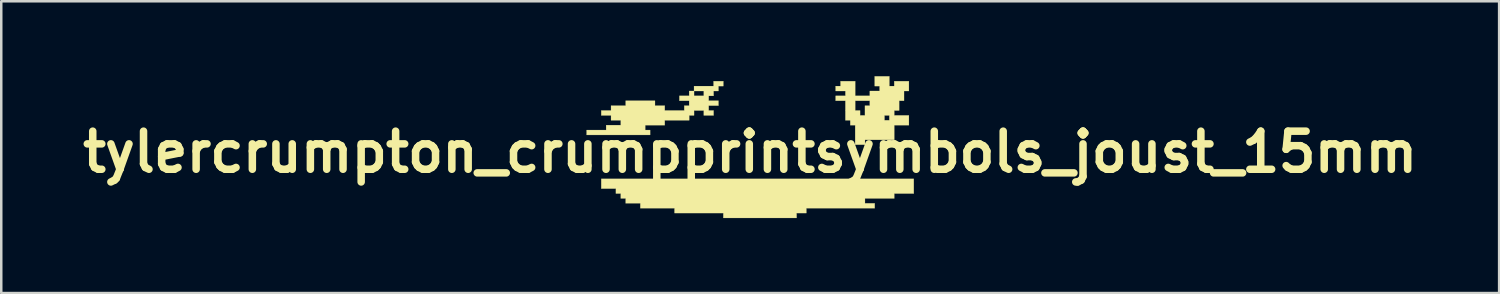
<source format=kicad_pcb>
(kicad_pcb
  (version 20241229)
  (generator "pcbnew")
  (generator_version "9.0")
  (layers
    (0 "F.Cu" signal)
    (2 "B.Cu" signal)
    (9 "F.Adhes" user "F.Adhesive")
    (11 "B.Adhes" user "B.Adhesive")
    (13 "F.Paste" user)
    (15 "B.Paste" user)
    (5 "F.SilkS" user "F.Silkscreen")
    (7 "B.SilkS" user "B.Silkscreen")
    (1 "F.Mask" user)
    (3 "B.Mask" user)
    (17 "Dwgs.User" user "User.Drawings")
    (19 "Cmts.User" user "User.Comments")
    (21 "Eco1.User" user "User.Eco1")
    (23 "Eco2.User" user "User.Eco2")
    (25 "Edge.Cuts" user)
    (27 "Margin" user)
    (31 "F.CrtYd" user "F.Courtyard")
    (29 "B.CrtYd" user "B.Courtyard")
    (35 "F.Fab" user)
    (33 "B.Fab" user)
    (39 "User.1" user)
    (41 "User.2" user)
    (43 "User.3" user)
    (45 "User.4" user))
  (footprint "tylercrumpton_crumpprintsymbols_joust_15mm"
    (layer "F.Cu")
    (at 26.968 3.033)
    (property "Reference" "tylercrumpton_crumpprintsymbols_joust_15mm" (at 0 0 0) (layer "F.SilkS") (effects (font (size 1.524 1.524) (thickness 0.3))))
    (attr through_hole)
    (fp_poly (pts (xy 6.545 1.661) (xy 5.764 1.661) (xy 5.764 1.856) (xy 4.592 1.856) (xy 4.592 2.052) (xy 4.982 2.052) (xy 4.982 2.247) (xy 2.247 2.247) (xy 2.247 2.442) (xy 1.856 2.442) (xy 1.856 2.638) (xy -1.075 2.638) (xy -1.075 2.442) (xy -3.028 2.442) (xy -3.028 2.247) (xy -4.396 2.247) (xy -4.396 2.052) (xy -4.982 2.052) (xy -4.982 1.856) (xy -5.178 1.856) (xy -5.178 1.661) (xy -5.373 1.661) (xy -5.373 1.465) (xy -5.959 1.465) (xy -5.959 1.075) (xy 6.545 1.075) (xy 6.545 1.661)) (stroke (width 0.01) (type solid)) (fill yes) (layer "F.SilkS"))
    (fp_poly (pts (xy 5.568 -2.638) (xy 5.764 -2.638) (xy 5.764 -2.833) (xy 6.35 -2.833) (xy 6.35 -2.442) (xy 6.155 -2.442) (xy 6.155 -2.052) (xy 5.959 -2.052) (xy 5.959 -1.661) (xy 5.764 -1.661) (xy 5.764 -1.465) (xy 6.35 -1.465) (xy 6.35 -1.075) (xy 5.764 -1.075) (xy 5.764 -0.488) (xy 4.592 -0.488) (xy 4.592 -0.293) (xy 4.201 -0.293) (xy 4.201 -1.075) (xy 4.005 -1.075) (xy 4.005 -1.27) (xy 3.81 -1.27) (xy 3.81 -2.052) (xy 4.201 -2.052) (xy 4.201 -1.661) (xy 4.396 -1.661) (xy 4.396 -1.465) (xy 4.592 -1.465) (xy 5.373 -1.465) (xy 5.373 -1.27) (xy 5.568 -1.27) (xy 5.568 -1.465) (xy 5.373 -1.465) (xy 4.592 -1.465) (xy 4.592 -1.856) (xy 4.787 -1.856) (xy 4.787 -2.052) (xy 4.201 -2.052) (xy 3.81 -2.052) (xy 3.419 -2.052) (xy 3.419 -2.247) (xy 3.81 -2.247) (xy 3.81 -2.442) (xy 3.419 -2.442) (xy 3.419 -2.638) (xy 3.615 -2.638) (xy 3.615 -2.833) (xy 4.201 -2.833) (xy 4.201 -2.247) (xy 4.787 -2.247) (xy 4.787 -2.442) (xy 5.178 -2.442) (xy 5.178 -2.638) (xy 4.982 -2.638) (xy 4.982 -3.028) (xy 5.568 -3.028) (xy 5.568 -2.638)) (stroke (width 0.01) (type solid)) (fill yes) (layer "F.SilkS"))
    (fp_poly (pts (xy -1.075 -2.638) (xy -1.27 -2.638) (xy -1.27 -2.442) (xy -1.465 -2.442) (xy -1.465 -2.247) (xy -1.661 -2.247) (xy -1.661 -2.052) (xy -1.27 -2.052) (xy -1.27 -1.856) (xy -1.661 -1.856) (xy -1.661 -1.661) (xy -1.465 -1.661) (xy -1.465 -1.465) (xy -1.856 -1.465) (xy -1.856 -1.661) (xy -2.247 -1.661) (xy -2.247 -1.465) (xy -2.442 -1.465) (xy -2.442 -1.27) (xy -3.419 -1.27) (xy -3.419 -1.075) (xy -4.201 -1.075) (xy -4.201 -0.879) (xy -4.005 -0.879) (xy -4.005 -0.684) (xy -6.545 -0.684) (xy -6.545 -0.879) (xy -5.764 -0.879) (xy -5.764 -1.075) (xy -5.178 -1.075) (xy -5.178 -1.27) (xy -5.568 -1.27) (xy -5.568 -1.465) (xy -5.959 -1.465) (xy -5.959 -1.661) (xy -5.568 -1.661) (xy -5.568 -1.856) (xy -4.982 -1.856) (xy -4.982 -2.052) (xy -3.81 -2.052) (xy -3.81 -1.856) (xy -3.419 -1.856) (xy -3.419 -1.661) (xy -2.638 -1.661) (xy -2.638 -1.856) (xy -2.442 -1.856) (xy -2.442 -2.052) (xy -2.833 -2.052) (xy -2.833 -2.247) (xy -2.442 -2.247) (xy -2.442 -2.442) (xy -2.247 -2.442) (xy -2.247 -2.247) (xy -1.856 -2.247) (xy -1.856 -2.442) (xy -2.247 -2.442) (xy -2.247 -2.638) (xy -1.465 -2.638) (xy -1.465 -2.833) (xy -1.075 -2.833) (xy -1.075 -2.638)) (stroke (width 0.01) (type solid)) (fill yes) (layer "F.SilkS")))
  (gr_rect
    (start -3 -3)
    (end 56.935 8.676)
    (stroke (width 0.1) (type default))
    (fill no)
    (layer "Edge.Cuts")))
</source>
